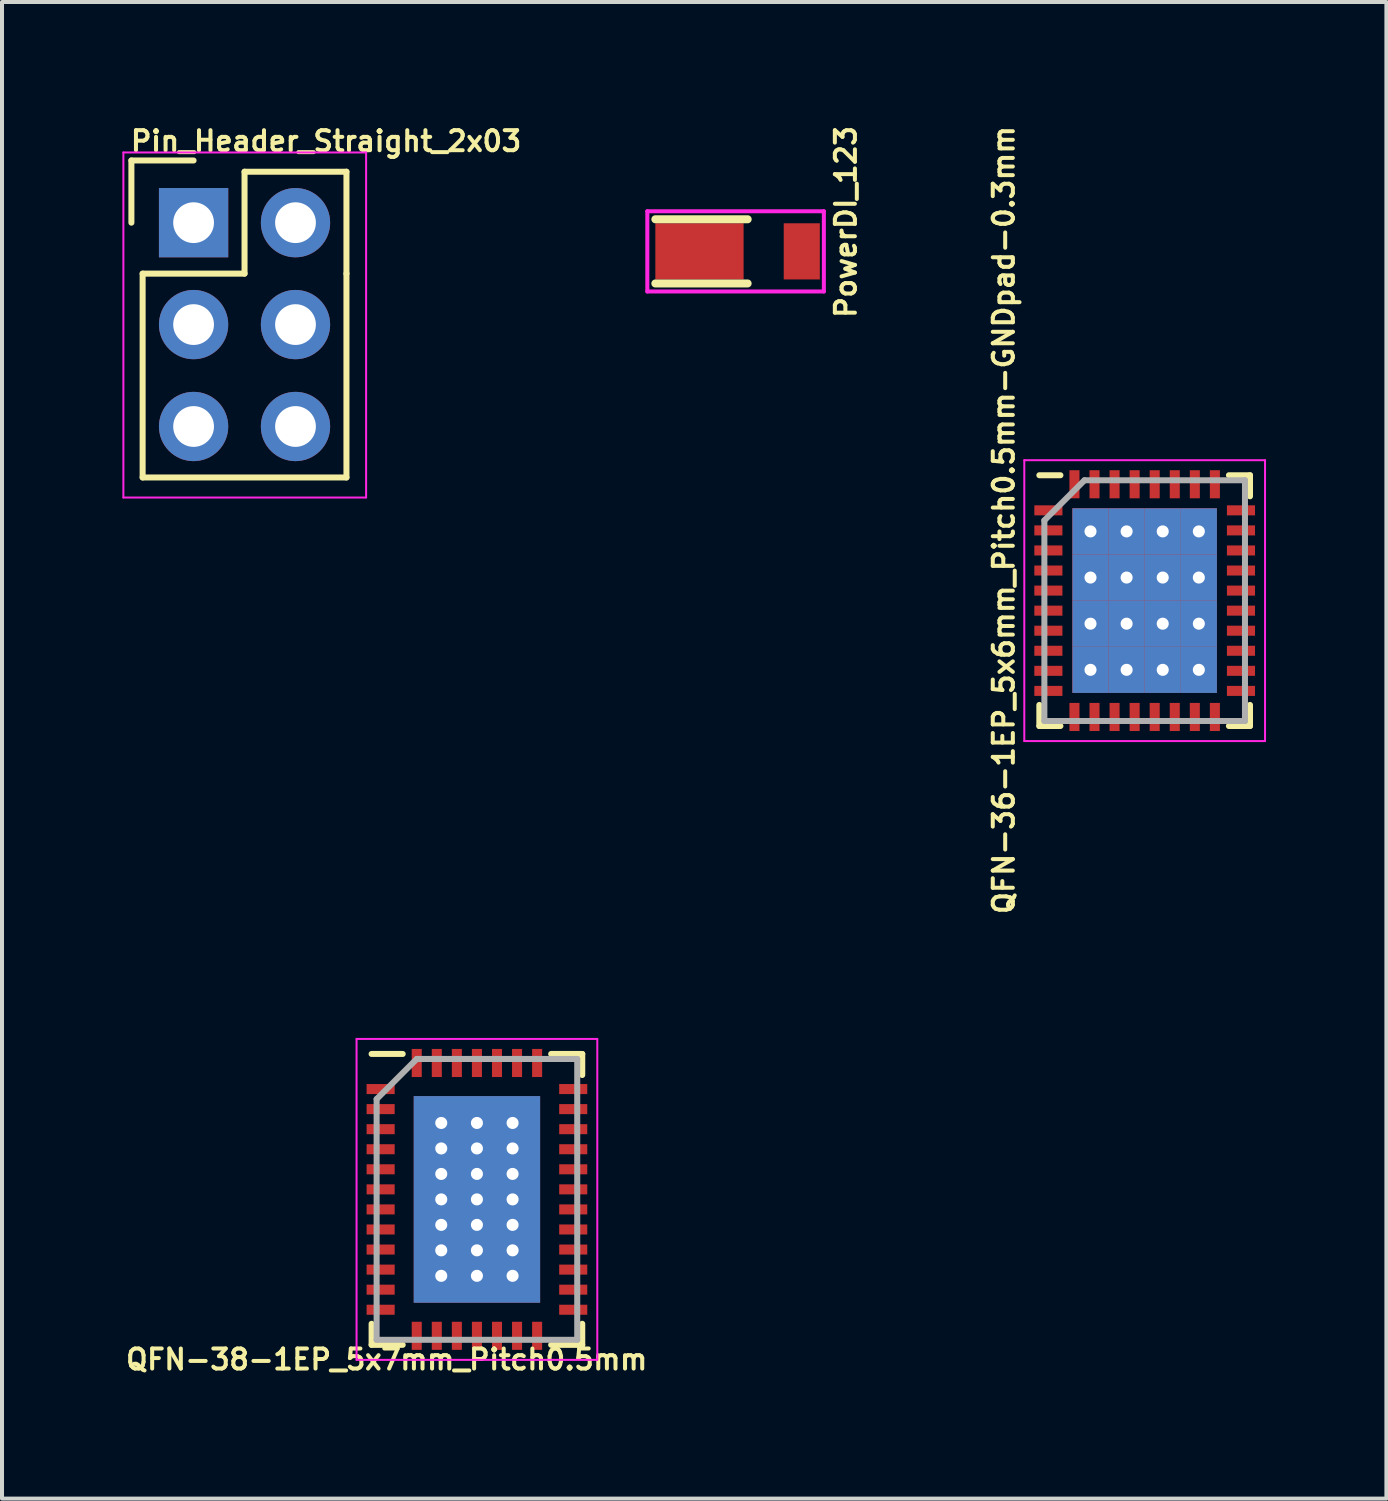
<source format=kicad_pcb>
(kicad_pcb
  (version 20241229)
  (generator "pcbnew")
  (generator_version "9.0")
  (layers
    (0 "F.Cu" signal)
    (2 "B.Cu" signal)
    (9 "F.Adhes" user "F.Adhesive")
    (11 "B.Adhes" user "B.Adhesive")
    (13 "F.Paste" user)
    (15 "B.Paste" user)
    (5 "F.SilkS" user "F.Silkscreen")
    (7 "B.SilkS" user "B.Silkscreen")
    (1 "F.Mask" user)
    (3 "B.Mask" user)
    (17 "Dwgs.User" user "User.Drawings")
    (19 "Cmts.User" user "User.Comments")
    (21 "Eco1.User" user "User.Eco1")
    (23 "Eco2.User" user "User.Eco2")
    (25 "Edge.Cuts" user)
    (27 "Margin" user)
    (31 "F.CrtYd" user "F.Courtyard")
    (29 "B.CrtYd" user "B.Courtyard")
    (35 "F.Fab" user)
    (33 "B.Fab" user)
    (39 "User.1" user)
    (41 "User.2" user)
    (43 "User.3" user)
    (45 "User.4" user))
  (footprint "QFN-38-1EP_5x7mm_Pitch0.5mm"
    (layer "F.Cu")
    (at 8.837 26.844)
    (property "Reference" "QFN-38-1EP_5x7mm_Pitch0.5mm" (at -2.249 3.99 0) (layer "F.SilkS") (effects (font (size 0.5 0.5) (thickness 0.1))))
    (attr smd)
    (fp_line (start -2.625 -3.625) (end -1.85 -3.625) (stroke (width 0.15) (type solid)) (layer "F.SilkS"))
    (fp_line (start -2.625 3.625) (end -2.625 3.1) (stroke (width 0.15) (type solid)) (layer "F.SilkS"))
    (fp_line (start -2.625 3.625) (end -1.85 3.625) (stroke (width 0.15) (type solid)) (layer "F.SilkS"))
    (fp_line (start 2.625 -3.625) (end 1.85 -3.625) (stroke (width 0.15) (type solid)) (layer "F.SilkS"))
    (fp_line (start 2.625 -3.625) (end 2.625 -3.1) (stroke (width 0.15) (type solid)) (layer "F.SilkS"))
    (fp_line (start 2.625 3.625) (end 1.85 3.625) (stroke (width 0.15) (type solid)) (layer "F.SilkS"))
    (fp_line (start 2.625 3.625) (end 2.625 3.1) (stroke (width 0.15) (type solid)) (layer "F.SilkS"))
    (fp_line (start -3 -4) (end -3 4) (stroke (width 0.05) (type solid)) (layer "F.CrtYd"))
    (fp_line (start -3 -4) (end 3 -4) (stroke (width 0.05) (type solid)) (layer "F.CrtYd"))
    (fp_line (start -3 4) (end 3 4) (stroke (width 0.05) (type solid)) (layer "F.CrtYd"))
    (fp_line (start 3 -4) (end 3 4) (stroke (width 0.05) (type solid)) (layer "F.CrtYd"))
    (fp_line (start -2.5 -2.5) (end -1.5 -3.5) (stroke (width 0.15) (type solid)) (layer "F.Fab"))
    (fp_line (start -2.5 3.5) (end -2.5 -2.5) (stroke (width 0.15) (type solid)) (layer "F.Fab"))
    (fp_line (start -1.5 -3.5) (end 2.5 -3.5) (stroke (width 0.15) (type solid)) (layer "F.Fab"))
    (fp_line (start 2.5 -3.5) (end 2.5 3.5) (stroke (width 0.15) (type solid)) (layer "F.Fab"))
    (fp_line (start 2.5 3.5) (end -2.5 3.5) (stroke (width 0.15) (type solid)) (layer "F.Fab"))
    (pad "1" smd rect (at -2.4 -2.75) (size 0.7 0.25) (layers "F.Cu" "F.Mask" "F.Paste"))
    (pad "2" smd rect (at -2.4 -2.25) (size 0.7 0.25) (layers "F.Cu" "F.Mask" "F.Paste"))
    (pad "3" smd rect (at -2.4 -1.75) (size 0.7 0.25) (layers "F.Cu" "F.Mask" "F.Paste"))
    (pad "4" smd rect (at -2.4 -1.25) (size 0.7 0.25) (layers "F.Cu" "F.Mask" "F.Paste"))
    (pad "5" smd rect (at -2.4 -0.75) (size 0.7 0.25) (layers "F.Cu" "F.Mask" "F.Paste"))
    (pad "6" smd rect (at -2.4 -0.25) (size 0.7 0.25) (layers "F.Cu" "F.Mask" "F.Paste"))
    (pad "7" smd rect (at -2.4 0.25) (size 0.7 0.25) (layers "F.Cu" "F.Mask" "F.Paste"))
    (pad "8" smd rect (at -2.4 0.75) (size 0.7 0.25) (layers "F.Cu" "F.Mask" "F.Paste"))
    (pad "9" smd rect (at -2.4 1.25) (size 0.7 0.25) (layers "F.Cu" "F.Mask" "F.Paste"))
    (pad "10" smd rect (at -2.4 1.75) (size 0.7 0.25) (layers "F.Cu" "F.Mask" "F.Paste"))
    (pad "11" smd rect (at -2.4 2.25) (size 0.7 0.25) (layers "F.Cu" "F.Mask" "F.Paste"))
    (pad "12" smd rect (at -2.4 2.75) (size 0.7 0.25) (layers "F.Cu" "F.Mask" "F.Paste"))
    (pad "13" smd rect (at -1.5 3.4 90) (size 0.7 0.25) (layers "F.Cu" "F.Mask" "F.Paste"))
    (pad "14" smd rect (at -1 3.4 90) (size 0.7 0.25) (layers "F.Cu" "F.Mask" "F.Paste"))
    (pad "15" smd rect (at -0.5 3.4 90) (size 0.7 0.25) (layers "F.Cu" "F.Mask" "F.Paste"))
    (pad "16" smd rect (at 0 3.4 90) (size 0.7 0.25) (layers "F.Cu" "F.Mask" "F.Paste"))
    (pad "17" smd rect (at 0.5 3.4 90) (size 0.7 0.25) (layers "F.Cu" "F.Mask" "F.Paste"))
    (pad "18" smd rect (at 1 3.4 90) (size 0.7 0.25) (layers "F.Cu" "F.Mask" "F.Paste"))
    (pad "19" smd rect (at 1.5 3.4 90) (size 0.7 0.25) (layers "F.Cu" "F.Mask" "F.Paste"))
    (pad "20" smd rect (at 2.4 2.75) (size 0.7 0.25) (layers "F.Cu" "F.Mask" "F.Paste"))
    (pad "21" smd rect (at 2.4 2.25) (size 0.7 0.25) (layers "F.Cu" "F.Mask" "F.Paste"))
    (pad "22" smd rect (at 2.4 1.75) (size 0.7 0.25) (layers "F.Cu" "F.Mask" "F.Paste"))
    (pad "23" smd rect (at 2.4 1.25) (size 0.7 0.25) (layers "F.Cu" "F.Mask" "F.Paste"))
    (pad "24" smd rect (at 2.4 0.75) (size 0.7 0.25) (layers "F.Cu" "F.Mask" "F.Paste"))
    (pad "25" smd rect (at 2.4 0.25) (size 0.7 0.25) (layers "F.Cu" "F.Mask" "F.Paste"))
    (pad "26" smd rect (at 2.4 -0.25) (size 0.7 0.25) (layers "F.Cu" "F.Mask" "F.Paste"))
    (pad "27" smd rect (at 2.4 -0.75) (size 0.7 0.25) (layers "F.Cu" "F.Mask" "F.Paste"))
    (pad "28" smd rect (at 2.4 -1.25) (size 0.7 0.25) (layers "F.Cu" "F.Mask" "F.Paste"))
    (pad "29" smd rect (at 2.4 -1.75) (size 0.7 0.25) (layers "F.Cu" "F.Mask" "F.Paste"))
    (pad "30" smd rect (at 2.4 -2.25) (size 0.7 0.25) (layers "F.Cu" "F.Mask" "F.Paste"))
    (pad "31" smd rect (at 2.4 -2.75) (size 0.7 0.25) (layers "F.Cu" "F.Mask" "F.Paste"))
    (pad "32" smd rect (at 1.5 -3.4 90) (size 0.7 0.25) (layers "F.Cu" "F.Mask" "F.Paste"))
    (pad "33" smd rect (at 1 -3.4 90) (size 0.7 0.25) (layers "F.Cu" "F.Mask" "F.Paste"))
    (pad "34" smd rect (at 0.5 -3.4 90) (size 0.7 0.25) (layers "F.Cu" "F.Mask" "F.Paste"))
    (pad "35" smd rect (at 0 -3.4 90) (size 0.7 0.25) (layers "F.Cu" "F.Mask" "F.Paste"))
    (pad "36" smd rect (at -0.5 -3.4 90) (size 0.7 0.25) (layers "F.Cu" "F.Mask" "F.Paste"))
    (pad "37" smd rect (at -1 -3.4 90) (size 0.7 0.25) (layers "F.Cu" "F.Mask" "F.Paste"))
    (pad "38" smd rect (at -1.5 -3.4 90) (size 0.7 0.25) (layers "F.Cu" "F.Mask" "F.Paste"))
    (pad "39" thru_hole rect (at -0.889 -1.905) (size 0.5 0.5) (drill 0.3) (layers "*.Cu" "F.Mask"))
    (pad "39" thru_hole rect (at -0.889 -1.27) (size 0.5 0.5) (drill 0.3) (layers "*.Cu" "F.Mask"))
    (pad "39" thru_hole rect (at -0.889 -0.635) (size 0.5 0.5) (drill 0.3) (layers "*.Cu" "F.Mask"))
    (pad "39" thru_hole rect (at -0.889 0) (size 0.5 0.5) (drill 0.3) (layers "*.Cu" "F.Mask"))
    (pad "39" thru_hole rect (at -0.889 0.635) (size 0.5 0.5) (drill 0.3) (layers "*.Cu" "F.Mask"))
    (pad "39" thru_hole rect (at -0.889 1.27) (size 0.5 0.5) (drill 0.3) (layers "*.Cu" "F.Mask"))
    (pad "39" thru_hole rect (at -0.889 1.905) (size 0.5 0.5) (drill 0.3) (layers "*.Cu" "F.Mask"))
    (pad "39" thru_hole rect (at 0 -1.905) (size 0.5 0.5) (drill 0.3) (layers "*.Cu" "F.Mask"))
    (pad "39" thru_hole rect (at 0 -1.27) (size 0.5 0.5) (drill 0.3) (layers "*.Cu" "F.Mask"))
    (pad "39" thru_hole rect (at 0 -0.635) (size 0.5 0.5) (drill 0.3) (layers "*.Cu" "F.Mask"))
    (pad "39" thru_hole rect (at 0 0) (size 3.15 5.15) (drill 0.3) (layers "*.Cu" "F.Mask" "F.Paste"))
    (pad "39" thru_hole rect (at 0 0.635) (size 0.5 0.5) (drill 0.3) (layers "*.Cu" "F.Mask"))
    (pad "39" thru_hole rect (at 0 1.27) (size 0.5 0.5) (drill 0.3) (layers "*.Cu" "F.Mask"))
    (pad "39" thru_hole rect (at 0 1.905) (size 0.5 0.5) (drill 0.3) (layers "*.Cu" "F.Mask"))
    (pad "39" thru_hole rect (at 0.889 -1.905) (size 0.5 0.5) (drill 0.3) (layers "*.Cu" "F.Mask"))
    (pad "39" thru_hole rect (at 0.889 -1.27) (size 0.5 0.5) (drill 0.3) (layers "*.Cu" "F.Mask"))
    (pad "39" thru_hole rect (at 0.889 -0.635) (size 0.5 0.5) (drill 0.3) (layers "*.Cu" "F.Mask"))
    (pad "39" thru_hole rect (at 0.889 0) (size 0.5 0.5) (drill 0.3) (layers "*.Cu" "F.Mask"))
    (pad "39" thru_hole rect (at 0.889 0.635) (size 0.5 0.5) (drill 0.3) (layers "*.Cu" "F.Mask"))
    (pad "39" thru_hole rect (at 0.889 1.27) (size 0.5 0.5) (drill 0.3) (layers "*.Cu" "F.Mask"))
    (pad "39" thru_hole rect (at 0.889 1.905) (size 0.5 0.5) (drill 0.3) (layers "*.Cu" "F.Mask")))
  (footprint "QFN-36-1EP_5x6mm_Pitch0.5mm-GNDpad-0.3mm"
    (layer "F.Cu")
    (at 25.48 11.92)
    (property "Reference" "QFN-36-1EP_5x6mm_Pitch0.5mm-GNDpad-0.3mm" (at -3.512 -2.01 90) (layer "F.SilkS") (effects (font (size 0.5 0.5) (thickness 0.1))))
    (attr smd)
    (fp_line (start -2.625 -3.125) (end -2.1 -3.125) (stroke (width 0.15) (type solid)) (layer "F.SilkS"))
    (fp_line (start -2.625 3.125) (end -2.625 2.6) (stroke (width 0.15) (type solid)) (layer "F.SilkS"))
    (fp_line (start -2.625 3.125) (end -2.1 3.125) (stroke (width 0.15) (type solid)) (layer "F.SilkS"))
    (fp_line (start 2.625 -3.125) (end 2.1 -3.125) (stroke (width 0.15) (type solid)) (layer "F.SilkS"))
    (fp_line (start 2.625 -3.125) (end 2.625 -2.6) (stroke (width 0.15) (type solid)) (layer "F.SilkS"))
    (fp_line (start 2.625 3.125) (end 2.1 3.125) (stroke (width 0.15) (type solid)) (layer "F.SilkS"))
    (fp_line (start 2.625 3.125) (end 2.625 2.6) (stroke (width 0.15) (type solid)) (layer "F.SilkS"))
    (fp_line (start -3 -3.5) (end -3 3.5) (stroke (width 0.05) (type solid)) (layer "F.CrtYd"))
    (fp_line (start -3 -3.5) (end 3 -3.5) (stroke (width 0.05) (type solid)) (layer "F.CrtYd"))
    (fp_line (start -3 3.5) (end 3 3.5) (stroke (width 0.05) (type solid)) (layer "F.CrtYd"))
    (fp_line (start 3 -3.5) (end 3 3.5) (stroke (width 0.05) (type solid)) (layer "F.CrtYd"))
    (fp_line (start -2.5 -2) (end -1.5 -3) (stroke (width 0.15) (type solid)) (layer "F.Fab"))
    (fp_line (start -2.5 3) (end -2.5 -2) (stroke (width 0.15) (type solid)) (layer "F.Fab"))
    (fp_line (start -1.5 -3) (end 2.5 -3) (stroke (width 0.15) (type solid)) (layer "F.Fab"))
    (fp_line (start 2.5 -3) (end 2.5 3) (stroke (width 0.15) (type solid)) (layer "F.Fab"))
    (fp_line (start 2.5 3) (end -2.5 3) (stroke (width 0.15) (type solid)) (layer "F.Fab"))
    (pad "1" smd rect (at -2.4 -2.25) (size 0.7 0.25) (layers "F.Cu" "F.Mask" "F.Paste"))
    (pad "2" smd rect (at -2.4 -1.75) (size 0.7 0.25) (layers "F.Cu" "F.Mask" "F.Paste"))
    (pad "3" smd rect (at -2.4 -1.25) (size 0.7 0.25) (layers "F.Cu" "F.Mask" "F.Paste"))
    (pad "4" smd rect (at -2.4 -0.75) (size 0.7 0.25) (layers "F.Cu" "F.Mask" "F.Paste"))
    (pad "5" smd rect (at -2.4 -0.25) (size 0.7 0.25) (layers "F.Cu" "F.Mask" "F.Paste"))
    (pad "6" smd rect (at -2.4 0.25) (size 0.7 0.25) (layers "F.Cu" "F.Mask" "F.Paste"))
    (pad "7" smd rect (at -2.4 0.75) (size 0.7 0.25) (layers "F.Cu" "F.Mask" "F.Paste"))
    (pad "8" smd rect (at -2.4 1.25) (size 0.7 0.25) (layers "F.Cu" "F.Mask" "F.Paste"))
    (pad "9" smd rect (at -2.4 1.75) (size 0.7 0.25) (layers "F.Cu" "F.Mask" "F.Paste"))
    (pad "10" smd rect (at -2.4 2.25) (size 0.7 0.25) (layers "F.Cu" "F.Mask" "F.Paste"))
    (pad "11" smd rect (at -1.75 2.9 90) (size 0.7 0.25) (layers "F.Cu" "F.Mask" "F.Paste"))
    (pad "12" smd rect (at -1.25 2.9 90) (size 0.7 0.25) (layers "F.Cu" "F.Mask" "F.Paste"))
    (pad "13" smd rect (at -0.75 2.9 90) (size 0.7 0.25) (layers "F.Cu" "F.Mask" "F.Paste"))
    (pad "14" smd rect (at -0.25 2.9 90) (size 0.7 0.25) (layers "F.Cu" "F.Mask" "F.Paste"))
    (pad "15" smd rect (at 0.25 2.9 90) (size 0.7 0.25) (layers "F.Cu" "F.Mask" "F.Paste"))
    (pad "16" smd rect (at 0.75 2.9 90) (size 0.7 0.25) (layers "F.Cu" "F.Mask" "F.Paste"))
    (pad "17" smd rect (at 1.25 2.9 90) (size 0.7 0.25) (layers "F.Cu" "F.Mask" "F.Paste"))
    (pad "18" smd rect (at 1.75 2.9 90) (size 0.7 0.25) (layers "F.Cu" "F.Mask" "F.Paste"))
    (pad "19" smd rect (at 2.4 2.25) (size 0.7 0.25) (layers "F.Cu" "F.Mask" "F.Paste"))
    (pad "20" smd rect (at 2.4 1.75) (size 0.7 0.25) (layers "F.Cu" "F.Mask" "F.Paste"))
    (pad "21" smd rect (at 2.4 1.25) (size 0.7 0.25) (layers "F.Cu" "F.Mask" "F.Paste"))
    (pad "22" smd rect (at 2.4 0.75) (size 0.7 0.25) (layers "F.Cu" "F.Mask" "F.Paste"))
    (pad "23" smd rect (at 2.4 0.25) (size 0.7 0.25) (layers "F.Cu" "F.Mask" "F.Paste"))
    (pad "24" smd rect (at 2.4 -0.25) (size 0.7 0.25) (layers "F.Cu" "F.Mask" "F.Paste"))
    (pad "25" smd rect (at 2.4 -0.75) (size 0.7 0.25) (layers "F.Cu" "F.Mask" "F.Paste"))
    (pad "26" smd rect (at 2.4 -1.25) (size 0.7 0.25) (layers "F.Cu" "F.Mask" "F.Paste"))
    (pad "27" smd rect (at 2.4 -1.75) (size 0.7 0.25) (layers "F.Cu" "F.Mask" "F.Paste"))
    (pad "28" smd rect (at 2.4 -2.25) (size 0.7 0.25) (layers "F.Cu" "F.Mask" "F.Paste"))
    (pad "29" smd rect (at 1.75 -2.9 90) (size 0.7 0.25) (layers "F.Cu" "F.Mask" "F.Paste"))
    (pad "30" smd rect (at 1.25 -2.9 90) (size 0.7 0.25) (layers "F.Cu" "F.Mask" "F.Paste"))
    (pad "31" smd rect (at 0.75 -2.9 90) (size 0.7 0.25) (layers "F.Cu" "F.Mask" "F.Paste"))
    (pad "32" smd rect (at 0.25 -2.9 90) (size 0.7 0.25) (layers "F.Cu" "F.Mask" "F.Paste"))
    (pad "33" smd rect (at -0.25 -2.9 90) (size 0.7 0.25) (layers "F.Cu" "F.Mask" "F.Paste"))
    (pad "34" smd rect (at -0.75 -2.9 90) (size 0.7 0.25) (layers "F.Cu" "F.Mask" "F.Paste"))
    (pad "35" smd rect (at -1.25 -2.9 90) (size 0.7 0.25) (layers "F.Cu" "F.Mask" "F.Paste"))
    (pad "36" smd rect (at -1.75 -2.9 90) (size 0.7 0.25) (layers "F.Cu" "F.Mask" "F.Paste"))
    (pad "37" thru_hole rect (at -1.35 -1.725) (size 0.9 1.15) (drill 0.3) (layers "*.Cu" "F.Mask"))
    (pad "37" thru_hole rect (at -1.35 -0.575) (size 0.9 1.15) (drill 0.3) (layers "*.Cu" "F.Mask"))
    (pad "37" thru_hole rect (at -1.35 0.575) (size 0.9 1.15) (drill 0.3) (layers "*.Cu" "F.Mask"))
    (pad "37" thru_hole rect (at -1.35 1.725) (size 0.9 1.15) (drill 0.3) (layers "*.Cu" "F.Mask"))
    (pad "37" thru_hole rect (at -0.45 -1.725) (size 0.9 1.15) (drill 0.3) (layers "*.Cu" "F.Mask"))
    (pad "37" thru_hole rect (at -0.45 -0.575) (size 0.9 1.15) (drill 0.3) (layers "*.Cu" "F.Mask"))
    (pad "37" thru_hole rect (at -0.45 0.575) (size 0.9 1.15) (drill 0.3) (layers "*.Cu" "F.Mask"))
    (pad "37" thru_hole rect (at -0.45 1.725) (size 0.9 1.15) (drill 0.3) (layers "*.Cu" "F.Mask"))
    (pad "37" smd rect (at 0 0) (size 3.6 4.6) (layers "F.Cu" "F.Mask" "F.Paste"))
    (pad "37" thru_hole rect (at 0.45 -1.725) (size 0.9 1.15) (drill 0.3) (layers "*.Cu" "F.Mask"))
    (pad "37" thru_hole rect (at 0.45 -0.575) (size 0.9 1.15) (drill 0.3) (layers "*.Cu" "F.Mask"))
    (pad "37" thru_hole rect (at 0.45 0.575) (size 0.9 1.15) (drill 0.3) (layers "*.Cu" "F.Mask"))
    (pad "37" thru_hole rect (at 0.45 1.725) (size 0.9 1.15) (drill 0.3) (layers "*.Cu" "F.Mask"))
    (pad "37" thru_hole rect (at 1.35 -1.725) (size 0.9 1.15) (drill 0.3) (layers "*.Cu" "F.Mask"))
    (pad "37" thru_hole rect (at 1.35 -0.575) (size 0.9 1.15) (drill 0.3) (layers "*.Cu" "F.Mask"))
    (pad "37" thru_hole rect (at 1.35 0.575) (size 0.9 1.15) (drill 0.3) (layers "*.Cu" "F.Mask"))
    (pad "37" thru_hole rect (at 1.35 1.725) (size 0.9 1.15) (drill 0.3) (layers "*.Cu" "F.Mask")))
  (footprint "Pin_Header_Straight_2x03"
    (layer "F.Cu")
    (at 1.775 2.5)
    (property "Reference" "Pin_Header_Straight_2x03" (at 3.302 -2.032 0) (layer "F.SilkS") (effects (font (size 0.5 0.5) (thickness 0.1))))
    (attr through_hole)
    (fp_line (start -1.55 -1.55) (end -1.55 0) (stroke (width 0.15) (type solid)) (layer "F.SilkS"))
    (fp_line (start -1.55 -1.55) (end 0 -1.55) (stroke (width 0.15) (type solid)) (layer "F.SilkS"))
    (fp_line (start -1.27 1.27) (end -1.27 6.35) (stroke (width 0.15) (type solid)) (layer "F.SilkS"))
    (fp_line (start -1.27 6.35) (end 3.81 6.35) (stroke (width 0.15) (type solid)) (layer "F.SilkS"))
    (fp_line (start 1.27 -1.27) (end 1.27 1.27) (stroke (width 0.15) (type solid)) (layer "F.SilkS"))
    (fp_line (start 1.27 1.27) (end -1.27 1.27) (stroke (width 0.15) (type solid)) (layer "F.SilkS"))
    (fp_line (start 3.81 -1.27) (end 1.27 -1.27) (stroke (width 0.15) (type solid)) (layer "F.SilkS"))
    (fp_line (start 3.81 1.27) (end 3.81 -1.27) (stroke (width 0.15) (type solid)) (layer "F.SilkS"))
    (fp_line (start 3.81 6.35) (end 3.81 1.27) (stroke (width 0.15) (type solid)) (layer "F.SilkS"))
    (fp_line (start -1.75 -1.75) (end -1.75 6.85) (stroke (width 0.05) (type solid)) (layer "F.CrtYd"))
    (fp_line (start -1.75 -1.75) (end 4.3 -1.75) (stroke (width 0.05) (type solid)) (layer "F.CrtYd"))
    (fp_line (start -1.75 6.85) (end 4.3 6.85) (stroke (width 0.05) (type solid)) (layer "F.CrtYd"))
    (fp_line (start 4.3 -1.75) (end 4.3 6.85) (stroke (width 0.05) (type solid)) (layer "F.CrtYd"))
    (pad "1" thru_hole rect (at 0 0) (size 1.727 1.727) (drill 1.016) (layers "*.Cu" "*.Mask"))
    (pad "2" thru_hole oval (at 2.54 0) (size 1.727 1.727) (drill 1.016) (layers "*.Cu" "*.Mask"))
    (pad "3" thru_hole oval (at 0 2.54) (size 1.727 1.727) (drill 1.016) (layers "*.Cu" "*.Mask"))
    (pad "4" thru_hole oval (at 2.54 2.54) (size 1.727 1.727) (drill 1.016) (layers "*.Cu" "*.Mask"))
    (pad "5" thru_hole oval (at 0 5.08) (size 1.727 1.727) (drill 1.016) (layers "*.Cu" "*.Mask"))
    (pad "6" thru_hole oval (at 2.54 5.08) (size 1.727 1.727) (drill 1.016) (layers "*.Cu" "*.Mask")))
  (footprint "PowerDI_123"
    (layer "F.Cu")
    (at 15.484 3.215)
    (property "Reference" "PowerDI_123" (at 2.548 -0.734 90) (layer "F.SilkS") (effects (font (size 0.5 0.5) (thickness 0.1))))
    (attr smd)
    (fp_line (start -2.2 0.8) (end 0.1 0.8) (stroke (width 0.2) (type solid)) (layer "F.SilkS"))
    (fp_line (start 0.101 -0.8) (end -2.2 -0.8) (stroke (width 0.2) (type solid)) (layer "F.SilkS"))
    (fp_line (start -2.4 -1) (end 2 -1) (stroke (width 0.1) (type solid)) (layer "F.CrtYd"))
    (fp_line (start -2.4 1) (end -2.4 -1) (stroke (width 0.1) (type solid)) (layer "F.CrtYd"))
    (fp_line (start 2 -1) (end 2 1) (stroke (width 0.1) (type solid)) (layer "F.CrtYd"))
    (fp_line (start 2 1) (end -2.4 1) (stroke (width 0.1) (type solid)) (layer "F.CrtYd"))
    (pad "1" smd rect (at -1.1 0) (size 2.2 1.4) (layers "F.Cu" "F.Mask" "F.Paste"))
    (pad "2" smd rect (at 1.45 0) (size 0.9 1.4) (layers "F.Cu" "F.Mask" "F.Paste")))
  (gr_rect
    (start -3 -3)
    (end 31.505 34.302)
    (stroke (width 0.1) (type default))
    (fill no)
    (layer "Edge.Cuts")))
</source>
